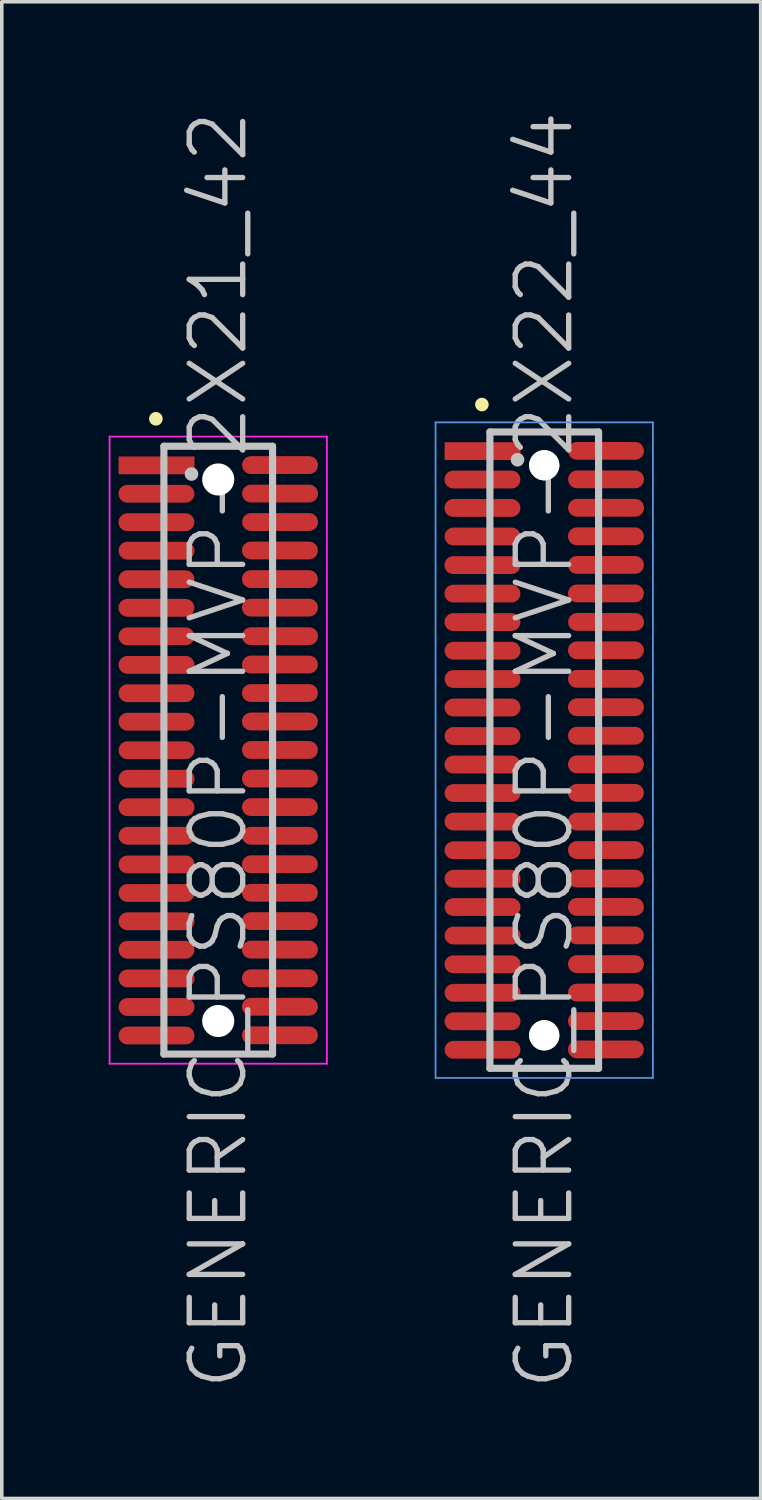
<source format=kicad_pcb>
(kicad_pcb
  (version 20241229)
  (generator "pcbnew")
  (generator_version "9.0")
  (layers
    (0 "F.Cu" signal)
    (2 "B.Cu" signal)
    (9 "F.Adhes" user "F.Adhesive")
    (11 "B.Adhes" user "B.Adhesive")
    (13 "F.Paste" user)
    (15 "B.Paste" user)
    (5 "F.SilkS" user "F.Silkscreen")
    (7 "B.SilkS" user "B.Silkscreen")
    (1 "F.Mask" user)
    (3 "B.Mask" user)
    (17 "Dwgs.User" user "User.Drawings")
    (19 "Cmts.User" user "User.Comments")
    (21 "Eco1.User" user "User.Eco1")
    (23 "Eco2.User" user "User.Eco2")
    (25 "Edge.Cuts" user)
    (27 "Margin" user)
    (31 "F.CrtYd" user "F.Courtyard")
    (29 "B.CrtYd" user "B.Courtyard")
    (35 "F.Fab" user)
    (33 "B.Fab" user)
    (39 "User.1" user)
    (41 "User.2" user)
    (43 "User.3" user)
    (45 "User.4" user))
  (footprint "GENERIC_PS80P-MVP-2X22_44"
    (layer "F.Cu")
    (at 12.225 18.004)
    (property "Reference" "GENERIC_PS80P-MVP-2X22_44" (at 0 0 90) (layer "Dwgs.User") (effects (font (size 1.5 1.5) (thickness 0.15))))
    (attr smd)
    (fp_line (start -1.75 -9.7) (end -1.75 -9.7) (stroke (width 0.381) (type solid)) (layer "F.SilkS"))
    (fp_line (start -1.525 -8.93) (end -1.525 8.93) (stroke (width 0.2) (type solid)) (layer "Dwgs.User"))
    (fp_line (start -1.525 -8.93) (end 1.525 -8.93) (stroke (width 0.2) (type solid)) (layer "Dwgs.User"))
    (fp_line (start -1.525 8.93) (end 1.525 8.93) (stroke (width 0.2) (type solid)) (layer "Dwgs.User"))
    (fp_line (start -0.75 -8.15) (end -0.75 -8.15) (stroke (width 0.381) (type solid)) (layer "Dwgs.User"))
    (fp_line (start 1.525 -8.93) (end 1.525 8.93) (stroke (width 0.2) (type solid)) (layer "Dwgs.User"))
    (fp_line (start -3.05 -9.2) (end -3.05 9.2) (stroke (width 0.05) (type solid)) (layer "Cmts.User"))
    (fp_line (start -3.05 -9.2) (end 3.05 -9.2) (stroke (width 0.05) (type solid)) (layer "Cmts.User"))
    (fp_line (start -3.05 9.2) (end 3.05 9.2) (stroke (width 0.05) (type solid)) (layer "Cmts.User"))
    (fp_line (start 3.05 -9.2) (end 3.05 9.2) (stroke (width 0.05) (type solid)) (layer "Cmts.User"))
    (pad "" np_thru_hole circle (at 0 -7.996 270) (size 0.848 0.848) (drill 0.848) (layers "*.Cu" "*.Mask" "F.SilkS"))
    (pad "" np_thru_hole circle (at 0 8.004 270) (size 0.848 0.848) (drill 0.848) (layers "*.Cu" "*.Mask" "F.SilkS"))
    (pad "1" smd rect (at -1.732 -8.392 270) (size 0.5 2.13) (layers "F.Cu" "F.Mask" "F.Paste"))
    (pad "2" smd oval (at 1.735 -8.4 270) (size 0.5 2.13) (layers "F.Cu" "F.Mask" "F.Paste"))
    (pad "3" smd oval (at -1.735 -7.595 270) (size 0.5 2.13) (layers "F.Cu" "F.Mask" "F.Paste"))
    (pad "4" smd oval (at 1.735 -7.6 270) (size 0.5 2.13) (layers "F.Cu" "F.Mask" "F.Paste"))
    (pad "5" smd oval (at -1.735 -6.797 270) (size 0.5 2.13) (layers "F.Cu" "F.Mask" "F.Paste"))
    (pad "6" smd oval (at 1.735 -6.802 270) (size 0.5 2.13) (layers "F.Cu" "F.Mask" "F.Paste"))
    (pad "7" smd oval (at -1.732 -5.997 270) (size 0.5 2.13) (layers "F.Cu" "F.Mask" "F.Paste"))
    (pad "8" smd oval (at 1.732 -6.002 270) (size 0.5 2.13) (layers "F.Cu" "F.Mask" "F.Paste"))
    (pad "9" smd oval (at -1.735 -5.194 270) (size 0.5 2.13) (layers "F.Cu" "F.Mask" "F.Paste"))
    (pad "10" smd oval (at 1.732 -5.199 270) (size 0.5 2.13) (layers "F.Cu" "F.Mask" "F.Paste"))
    (pad "11" smd oval (at -1.735 -4.394 270) (size 0.5 2.13) (layers "F.Cu" "F.Mask" "F.Paste"))
    (pad "12" smd oval (at 1.732 -4.399 270) (size 0.5 2.13) (layers "F.Cu" "F.Mask" "F.Paste"))
    (pad "13" smd oval (at -1.735 -3.594 270) (size 0.5 2.13) (layers "F.Cu" "F.Mask" "F.Paste"))
    (pad "14" smd oval (at 1.735 -3.597 270) (size 0.5 2.13) (layers "F.Cu" "F.Mask" "F.Paste"))
    (pad "15" smd oval (at -1.732 -2.791 270) (size 0.5 2.13) (layers "F.Cu" "F.Mask" "F.Paste"))
    (pad "16" smd oval (at 1.732 -2.802 270) (size 0.5 2.13) (layers "F.Cu" "F.Mask" "F.Paste"))
    (pad "17" smd oval (at -1.732 -1.996 270) (size 0.5 2.13) (layers "F.Cu" "F.Mask" "F.Paste"))
    (pad "18" smd oval (at 1.732 -2.002 270) (size 0.5 2.13) (layers "F.Cu" "F.Mask" "F.Paste"))
    (pad "19" smd oval (at -1.732 -1.196 270) (size 0.5 2.13) (layers "F.Cu" "F.Mask" "F.Paste"))
    (pad "20" smd oval (at 1.732 -1.204 270) (size 0.5 2.13) (layers "F.Cu" "F.Mask" "F.Paste"))
    (pad "21" smd oval (at -1.732 -0.396 270) (size 0.5 2.13) (layers "F.Cu" "F.Mask" "F.Paste"))
    (pad "22" smd oval (at 1.732 -0.404 270) (size 0.5 2.13) (layers "F.Cu" "F.Mask" "F.Paste"))
    (pad "23" smd oval (at -1.732 0.404 270) (size 0.5 2.13) (layers "F.Cu" "F.Mask" "F.Paste"))
    (pad "24" smd oval (at 1.732 0.399 270) (size 0.5 2.13) (layers "F.Cu" "F.Mask" "F.Paste"))
    (pad "25" smd oval (at -1.732 1.204 270) (size 0.5 2.13) (layers "F.Cu" "F.Mask" "F.Paste"))
    (pad "26" smd oval (at 1.732 1.199 270) (size 0.5 2.13) (layers "F.Cu" "F.Mask" "F.Paste"))
    (pad "27" smd oval (at -1.732 2.004 270) (size 0.5 2.13) (layers "F.Cu" "F.Mask" "F.Paste"))
    (pad "28" smd oval (at 1.732 2.004 270) (size 0.5 2.13) (layers "F.Cu" "F.Mask" "F.Paste"))
    (pad "29" smd oval (at -1.732 2.809 270) (size 0.5 2.13) (layers "F.Cu" "F.Mask" "F.Paste"))
    (pad "30" smd oval (at 1.732 2.804 270) (size 0.5 2.13) (layers "F.Cu" "F.Mask" "F.Paste"))
    (pad "31" smd oval (at -1.732 3.609 270) (size 0.5 2.13) (layers "F.Cu" "F.Mask" "F.Paste"))
    (pad "32" smd oval (at 1.732 3.604 270) (size 0.5 2.13) (layers "F.Cu" "F.Mask" "F.Paste"))
    (pad "33" smd oval (at -1.732 4.404 270) (size 0.5 2.13) (layers "F.Cu" "F.Mask" "F.Paste"))
    (pad "34" smd oval (at 1.732 4.399 270) (size 0.5 2.13) (layers "F.Cu" "F.Mask" "F.Paste"))
    (pad "35" smd oval (at -1.732 5.204 270) (size 0.5 2.13) (layers "F.Cu" "F.Mask" "F.Paste"))
    (pad "36" smd oval (at 1.732 5.199 270) (size 0.5 2.13) (layers "F.Cu" "F.Mask" "F.Paste"))
    (pad "37" smd oval (at -1.732 6.01 270) (size 0.5 2.13) (layers "F.Cu" "F.Mask" "F.Paste"))
    (pad "38" smd oval (at 1.732 6.005 270) (size 0.5 2.13) (layers "F.Cu" "F.Mask" "F.Paste"))
    (pad "39" smd oval (at -1.732 6.81 270) (size 0.5 2.13) (layers "F.Cu" "F.Mask" "F.Paste"))
    (pad "40" smd oval (at 1.732 6.805 270) (size 0.5 2.13) (layers "F.Cu" "F.Mask" "F.Paste"))
    (pad "41" smd oval (at -1.732 7.61 270) (size 0.5 2.13) (layers "F.Cu" "F.Mask" "F.Paste"))
    (pad "42" smd oval (at 1.732 7.605 270) (size 0.5 2.13) (layers "F.Cu" "F.Mask" "F.Paste"))
    (pad "43" smd oval (at -1.732 8.41 270) (size 0.5 2.13) (layers "F.Cu" "F.Mask" "F.Paste"))
    (pad "44" smd oval (at 1.732 8.4 270) (size 0.5 2.13) (layers "F.Cu" "F.Mask" "F.Paste")))
  (footprint "GENERIC_PS80P-MVP-2X21_42"
    (layer "F.Cu")
    (at 3.075 18.004)
    (property "Reference" "GENERIC_PS80P-MVP-2X21_42" (at 0 0 90) (layer "Dwgs.User") (effects (font (size 1.5 1.5) (thickness 0.15))))
    (attr smd)
    (fp_line (start -1.75 -9.3) (end -1.75 -9.3) (stroke (width 0.381) (type solid)) (layer "F.SilkS"))
    (fp_line (start -1.525 -8.53) (end -1.525 8.53) (stroke (width 0.2) (type solid)) (layer "Dwgs.User"))
    (fp_line (start -1.525 -8.53) (end 1.525 -8.53) (stroke (width 0.2) (type solid)) (layer "Dwgs.User"))
    (fp_line (start -1.525 8.53) (end 1.525 8.53) (stroke (width 0.2) (type solid)) (layer "Dwgs.User"))
    (fp_line (start -0.75 -7.75) (end -0.75 -7.75) (stroke (width 0.381) (type solid)) (layer "Dwgs.User"))
    (fp_line (start 1.525 -8.53) (end 1.525 8.53) (stroke (width 0.2) (type solid)) (layer "Dwgs.User"))
    (fp_line (start -3.05 -8.8) (end -3.05 8.8) (stroke (width 0.05) (type solid)) (layer "F.CrtYd"))
    (fp_line (start -3.05 -8.8) (end 3.05 -8.8) (stroke (width 0.05) (type solid)) (layer "F.CrtYd"))
    (fp_line (start -3.05 8.8) (end 3.05 8.8) (stroke (width 0.05) (type solid)) (layer "F.CrtYd"))
    (fp_line (start 3.05 -8.8) (end 3.05 8.8) (stroke (width 0.05) (type solid)) (layer "F.CrtYd"))
    (pad "" np_thru_hole circle (at 0 -7.597 270) (size 0.9 0.9) (drill 0.9) (layers "*.Cu" "*.Mask"))
    (pad "" np_thru_hole circle (at 0 7.602 270) (size 0.9 0.9) (drill 0.9) (layers "*.Cu" "*.Mask"))
    (pad "1" smd rect (at -1.732 -7.993 270) (size 0.5 2.13) (layers "F.Cu" "F.Mask" "F.Paste"))
    (pad "2" smd oval (at 1.735 -8.001 270) (size 0.5 2.13) (layers "F.Cu" "F.Mask" "F.Paste"))
    (pad "3" smd oval (at -1.735 -7.196 270) (size 0.5 2.13) (layers "F.Cu" "F.Mask" "F.Paste"))
    (pad "4" smd oval (at 1.735 -7.201 270) (size 0.5 2.13) (layers "F.Cu" "F.Mask" "F.Paste"))
    (pad "5" smd oval (at -1.735 -6.398 270) (size 0.5 2.13) (layers "F.Cu" "F.Mask" "F.Paste"))
    (pad "6" smd oval (at 1.735 -6.403 270) (size 0.5 2.13) (layers "F.Cu" "F.Mask" "F.Paste"))
    (pad "7" smd oval (at -1.732 -5.598 270) (size 0.5 2.13) (layers "F.Cu" "F.Mask" "F.Paste"))
    (pad "8" smd oval (at 1.732 -5.603 270) (size 0.5 2.13) (layers "F.Cu" "F.Mask" "F.Paste"))
    (pad "9" smd oval (at -1.735 -4.796 270) (size 0.5 2.13) (layers "F.Cu" "F.Mask" "F.Paste"))
    (pad "10" smd oval (at 1.732 -4.801 270) (size 0.5 2.13) (layers "F.Cu" "F.Mask" "F.Paste"))
    (pad "11" smd oval (at -1.735 -3.995 270) (size 0.5 2.13) (layers "F.Cu" "F.Mask" "F.Paste"))
    (pad "12" smd oval (at 1.732 -4 270) (size 0.5 2.13) (layers "F.Cu" "F.Mask" "F.Paste"))
    (pad "13" smd oval (at -1.735 -3.195 270) (size 0.5 2.13) (layers "F.Cu" "F.Mask" "F.Paste"))
    (pad "14" smd oval (at 1.735 -3.198 270) (size 0.5 2.13) (layers "F.Cu" "F.Mask" "F.Paste"))
    (pad "15" smd oval (at -1.732 -2.393 270) (size 0.5 2.13) (layers "F.Cu" "F.Mask" "F.Paste"))
    (pad "16" smd oval (at 1.732 -2.403 270) (size 0.5 2.13) (layers "F.Cu" "F.Mask" "F.Paste"))
    (pad "17" smd oval (at -1.732 -1.598 270) (size 0.5 2.13) (layers "F.Cu" "F.Mask" "F.Paste"))
    (pad "18" smd oval (at 1.732 -1.603 270) (size 0.5 2.13) (layers "F.Cu" "F.Mask" "F.Paste"))
    (pad "19" smd oval (at -1.732 -0.798 270) (size 0.5 2.13) (layers "F.Cu" "F.Mask" "F.Paste"))
    (pad "20" smd oval (at 1.732 -0.805 270) (size 0.5 2.13) (layers "F.Cu" "F.Mask" "F.Paste"))
    (pad "21" smd oval (at -1.732 0.003 270) (size 0.5 2.13) (layers "F.Cu" "F.Mask" "F.Paste"))
    (pad "22" smd oval (at 1.732 -0.005 270) (size 0.5 2.13) (layers "F.Cu" "F.Mask" "F.Paste"))
    (pad "23" smd oval (at -1.732 0.803 270) (size 0.5 2.13) (layers "F.Cu" "F.Mask" "F.Paste"))
    (pad "24" smd oval (at 1.732 0.798 270) (size 0.5 2.13) (layers "F.Cu" "F.Mask" "F.Paste"))
    (pad "25" smd oval (at -1.732 1.603 270) (size 0.5 2.13) (layers "F.Cu" "F.Mask" "F.Paste"))
    (pad "26" smd oval (at 1.732 1.598 270) (size 0.5 2.13) (layers "F.Cu" "F.Mask" "F.Paste"))
    (pad "27" smd oval (at -1.732 2.403 270) (size 0.5 2.13) (layers "F.Cu" "F.Mask" "F.Paste"))
    (pad "28" smd oval (at 1.732 2.403 270) (size 0.5 2.13) (layers "F.Cu" "F.Mask" "F.Paste"))
    (pad "29" smd oval (at -1.732 3.208 270) (size 0.5 2.13) (layers "F.Cu" "F.Mask" "F.Paste"))
    (pad "30" smd oval (at 1.732 3.203 270) (size 0.5 2.13) (layers "F.Cu" "F.Mask" "F.Paste"))
    (pad "31" smd oval (at -1.732 4.008 270) (size 0.5 2.13) (layers "F.Cu" "F.Mask" "F.Paste"))
    (pad "32" smd oval (at 1.732 4.003 270) (size 0.5 2.13) (layers "F.Cu" "F.Mask" "F.Paste"))
    (pad "33" smd oval (at -1.732 4.803 270) (size 0.5 2.13) (layers "F.Cu" "F.Mask" "F.Paste"))
    (pad "34" smd oval (at 1.732 4.798 270) (size 0.5 2.13) (layers "F.Cu" "F.Mask" "F.Paste"))
    (pad "35" smd oval (at -1.732 5.603 270) (size 0.5 2.13) (layers "F.Cu" "F.Mask" "F.Paste"))
    (pad "36" smd oval (at 1.732 5.598 270) (size 0.5 2.13) (layers "F.Cu" "F.Mask" "F.Paste"))
    (pad "37" smd oval (at -1.732 6.408 270) (size 0.5 2.13) (layers "F.Cu" "F.Mask" "F.Paste"))
    (pad "38" smd oval (at 1.732 6.403 270) (size 0.5 2.13) (layers "F.Cu" "F.Mask" "F.Paste"))
    (pad "39" smd oval (at -1.732 7.209 270) (size 0.5 2.13) (layers "F.Cu" "F.Mask" "F.Paste"))
    (pad "40" smd oval (at 1.732 7.203 270) (size 0.5 2.13) (layers "F.Cu" "F.Mask" "F.Paste"))
    (pad "41" smd oval (at -1.732 8.009 270) (size 0.5 2.13) (layers "F.Cu" "F.Mask" "F.Paste"))
    (pad "42" smd oval (at 1.732 8.004 270) (size 0.5 2.13) (layers "F.Cu" "F.Mask" "F.Paste")))
  (gr_rect
    (start -3 -3)
    (end 18.3 39.007)
    (stroke (width 0.1) (type default))
    (fill no)
    (layer "Edge.Cuts")))
</source>
